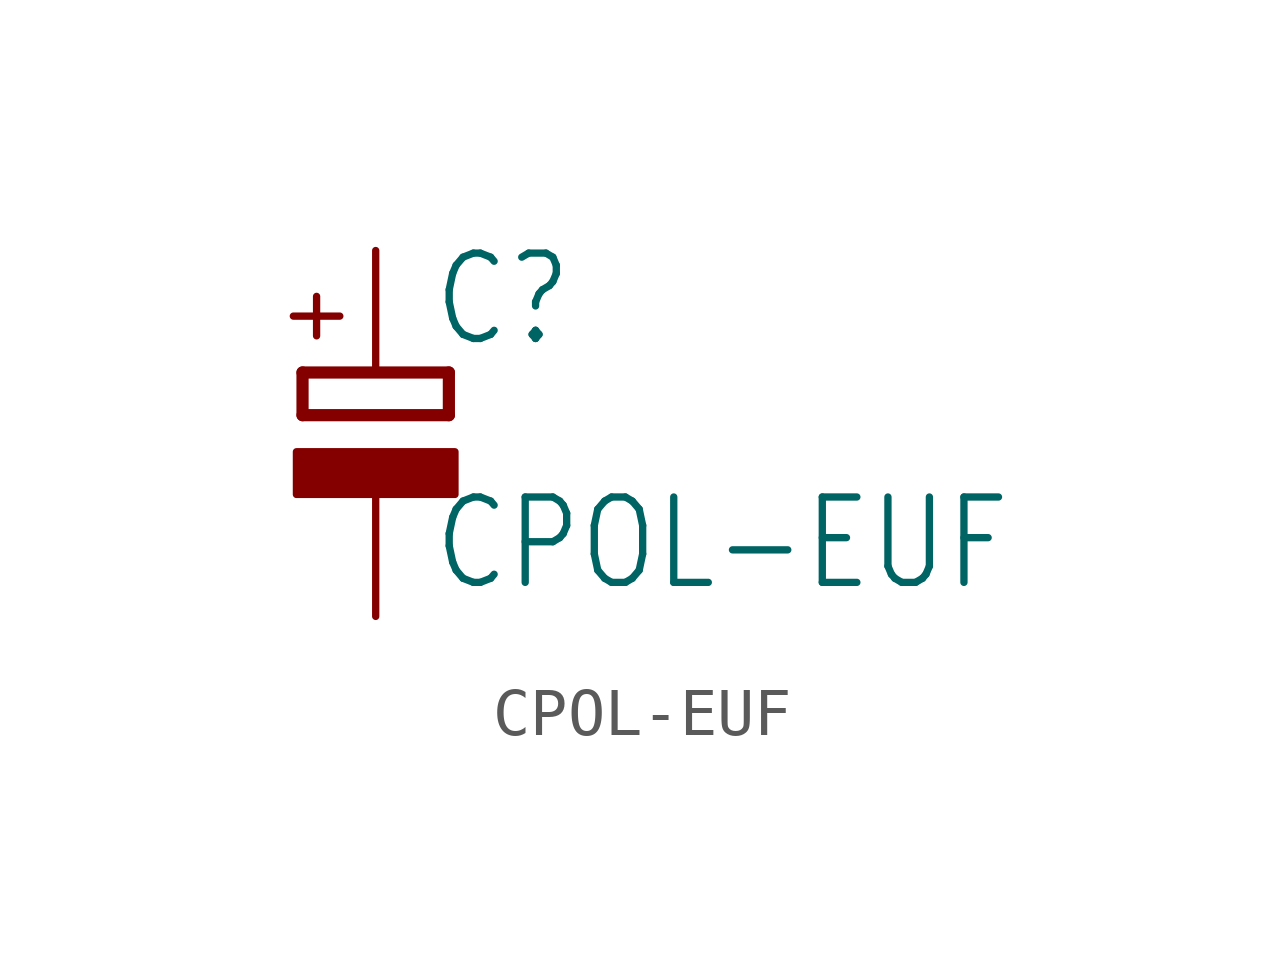
<source format=kicad_sym>
(kicad_symbol_lib
  (version 20220914)
  (generator kicad_symbol_editor)
  (symbol "CPOL-EUF"
    (property "Reference" "C"
      (at 1.143 0.483 0)
      (effects (font (size 1.778 1.511)) (justify left bottom)))
    (property "Value" "CPOL-EUF"
      (at 1.143 -4.597 0)
      (effects (font (size 1.778 1.511)) (justify left bottom)))
    (property "ki_locked" ""
      (at 0 0 0)
      (effects (font (size 1.27 1.27))))
    (symbol "CPOL-EUF_1_0"
      (rectangle (start -1.651 -2.54) (end 1.651 -1.651) (stroke (width 0) (type default)) (fill (type outline)))
      (polyline (pts (xy -1.524 -0.889) (xy 1.524 -0.889)) (stroke (width 0.254) (type default)) (fill (type none)))
      (polyline (pts (xy -1.524 0) (xy -1.524 -0.889)) (stroke (width 0.254) (type default)) (fill (type none)))
      (polyline (pts (xy -1.524 0) (xy 1.524 0)) (stroke (width 0.254) (type default)) (fill (type none)))
      (polyline (pts (xy 1.524 -0.889) (xy 1.524 0)) (stroke (width 0.254) (type default)) (fill (type none)))
      (text "+" (at -0.584 0.406 900) (effects (font (size 1.27 1.079)) (justify left bottom)))
      (pin passive line (at 0 2.54 270) (length 2.54) (name "+" (effects (font (size 0 0)))) (number "+" (effects (font (size 0 0)))))
      (pin passive line (at 0 -5.08 90) (length 2.54) (name "-" (effects (font (size 0 0)))) (number "-" (effects (font (size 0 0))))))))
</source>
